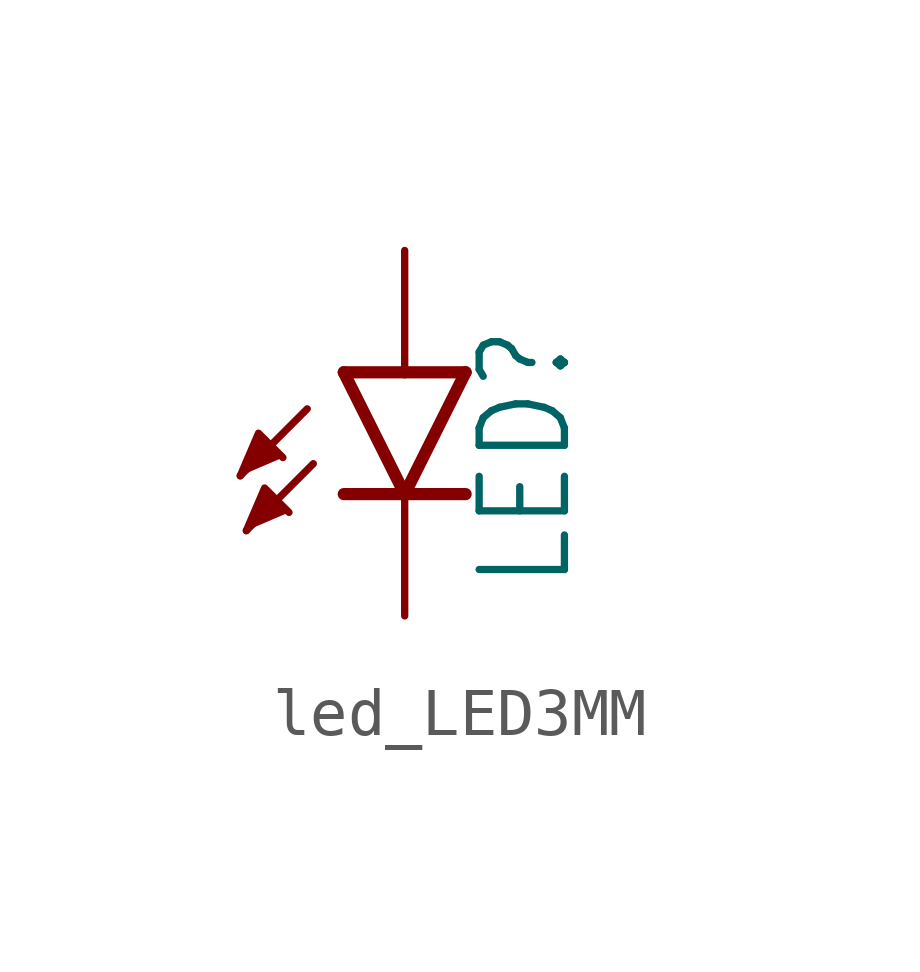
<source format=kicad_sym>
(kicad_symbol_lib
  (version 20241209)
  (generator "kicad_symbol_editor")
  (generator_version "9.0")
  (symbol "led_LED3MM"
    (property "Reference" "LED"
      (at 3.556 -4.572 90)
      (effects (font (size 1.778 1.511)) (justify left bottom)))
    (property "Value" ""
      (at 5.715 -4.572 90)
      (effects (font (size 1.778 1.511)) (justify left bottom)))
    (property "ki_locked" ""
      (at 0 0 0)
      (effects (font (size 1.27 1.27))))
    (symbol "led_LED3MM_1_0"
      (polyline (pts (xy -3.429 -2.159) (xy -3.048 -1.27) (xy -2.54 -1.778)) (stroke (width 0.152) (type solid)) (fill (type outline)))
      (polyline (pts (xy -3.302 -3.302) (xy -2.921 -2.413) (xy -2.413 -2.921)) (stroke (width 0.152) (type solid)) (fill (type outline)))
      (polyline (pts (xy -2.032 -0.762) (xy -3.429 -2.159)) (stroke (width 0.152) (type solid)) (fill (type none)))
      (polyline (pts (xy -1.905 -1.905) (xy -3.302 -3.302)) (stroke (width 0.152) (type solid)) (fill (type none)))
      (polyline (pts (xy 0 0) (xy -1.27 0)) (stroke (width 0.254) (type solid)) (fill (type none)))
      (polyline (pts (xy 0 -2.54) (xy -1.27 0)) (stroke (width 0.254) (type solid)) (fill (type none)))
      (polyline (pts (xy 0 -2.54) (xy -1.27 -2.54)) (stroke (width 0.254) (type solid)) (fill (type none)))
      (polyline (pts (xy 1.27 0) (xy 0 0)) (stroke (width 0.254) (type solid)) (fill (type none)))
      (polyline (pts (xy 1.27 0) (xy 0 -2.54)) (stroke (width 0.254) (type solid)) (fill (type none)))
      (polyline (pts (xy 1.27 -2.54) (xy 0 -2.54)) (stroke (width 0.254) (type solid)) (fill (type none)))
      (pin passive line (at 0 2.54 270) (length 2.54) (name "A" (effects (font (size 0 0)))) (number "A" (effects (font (size 0 0)))))
      (pin passive line (at 0 -5.08 90) (length 2.54) (name "C" (effects (font (size 0 0)))) (number "K" (effects (font (size 0 0))))))))
</source>
